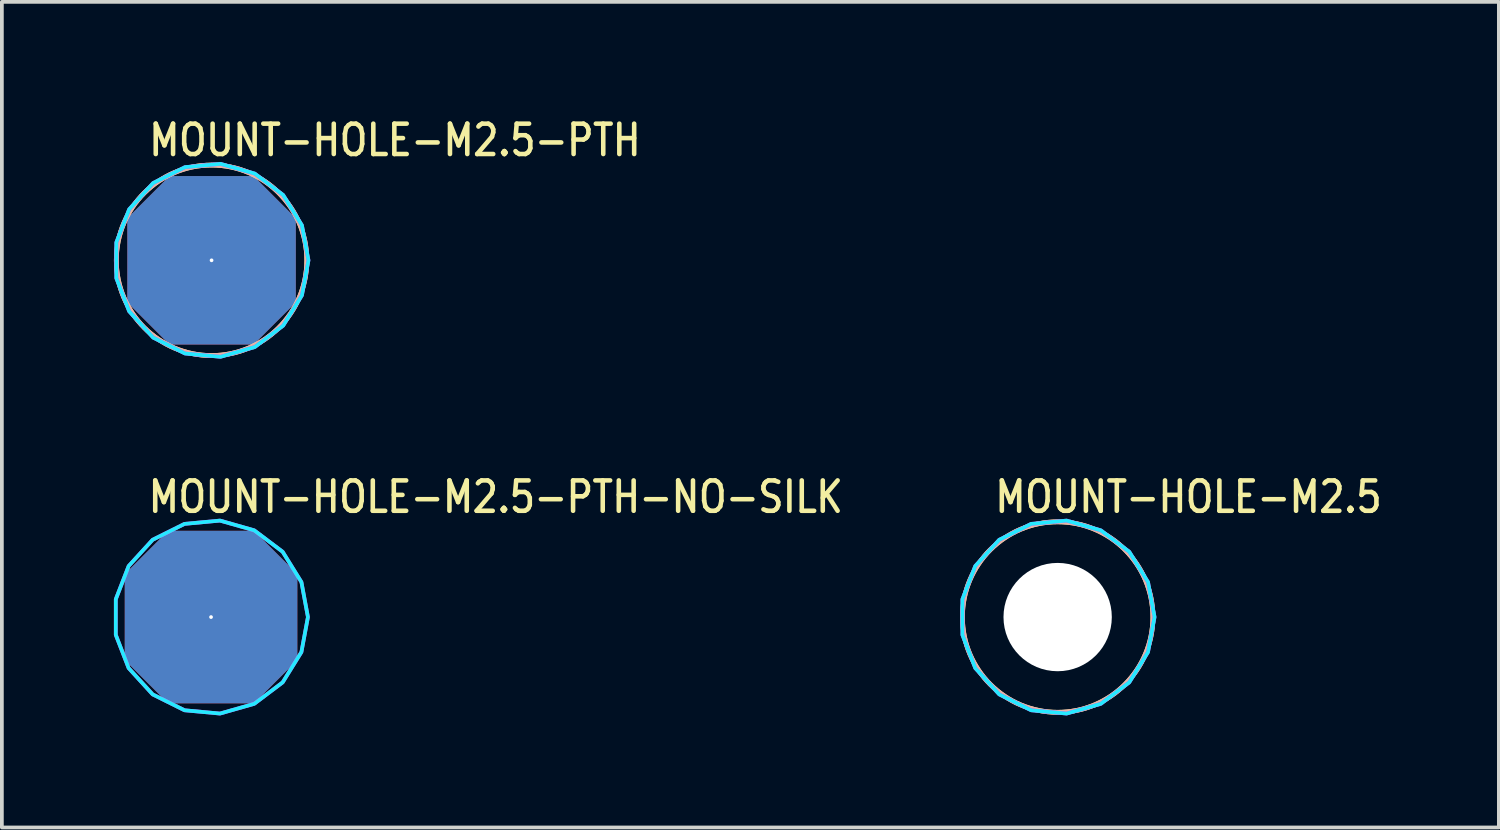
<source format=kicad_pcb>
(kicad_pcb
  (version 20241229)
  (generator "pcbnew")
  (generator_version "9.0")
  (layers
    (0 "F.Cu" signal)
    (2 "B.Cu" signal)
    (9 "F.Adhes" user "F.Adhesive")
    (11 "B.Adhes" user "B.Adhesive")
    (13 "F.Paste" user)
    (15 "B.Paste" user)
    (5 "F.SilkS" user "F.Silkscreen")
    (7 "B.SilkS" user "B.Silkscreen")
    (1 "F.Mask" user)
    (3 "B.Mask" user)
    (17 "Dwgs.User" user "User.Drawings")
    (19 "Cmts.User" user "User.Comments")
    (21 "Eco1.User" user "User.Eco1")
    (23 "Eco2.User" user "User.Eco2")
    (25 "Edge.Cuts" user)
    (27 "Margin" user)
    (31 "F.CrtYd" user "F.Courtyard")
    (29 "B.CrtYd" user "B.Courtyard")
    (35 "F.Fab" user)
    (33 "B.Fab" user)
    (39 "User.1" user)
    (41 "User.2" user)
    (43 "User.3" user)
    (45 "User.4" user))
  (footprint "MOUNT-HOLE-M2.5-PTH-NO-SILK"
    (layer "F.Cu")
    (at 2.6 13.47)
    (property "Reference" "MOUNT-HOLE-M2.5-PTH-NO-SILK" (at -1.74 -2.74 0) (unlocked yes) (layer "F.SilkS") (effects (font (size 0.813 0.695) (thickness 0.122)) (justify left bottom)))
    (fp_poly (pts (xy 2.594 0) (xy 2.419 -0.937) (xy 1.917 -1.748) (xy 1.156 -2.322) (xy 0.239 -2.583) (xy -0.71 -2.495) (xy -1.563 -2.07) (xy -2.206 -1.366) (xy -2.55 -0.477) (xy -2.55 0.477) (xy -2.206 1.366) (xy -1.563 2.07) (xy -0.71 2.495) (xy 0.239 2.583) (xy 1.156 2.322) (xy 1.917 1.748) (xy 2.419 0.937)) (stroke (width 0.1) (type solid)) (fill no) (layer "B.CrtYd"))
    (fp_poly (pts (xy 2.594 0) (xy 2.419 -0.937) (xy 1.917 -1.748) (xy 1.156 -2.322) (xy 0.239 -2.583) (xy -0.71 -2.495) (xy -1.563 -2.07) (xy -2.206 -1.366) (xy -2.55 -0.477) (xy -2.55 0.477) (xy -2.206 1.366) (xy -1.563 2.07) (xy -0.71 2.495) (xy 0.239 2.583) (xy 1.156 2.322) (xy 1.917 1.748) (xy 2.419 0.937)) (stroke (width 0.1) (type solid)) (fill no) (layer "F.CrtYd"))
    (pad "1" thru_hole custom (at 0 0) (size 0.1 0.1) (drill 2.9) (layers "*.Cu" "*.Mask") (options (anchor rect)) (primitives (gr_poly (pts (xy 2.25 1.125) (xy 1.125 2.25) (xy -1.125 2.25) (xy -2.25 1.125) (xy -2.25 -1.125) (xy -1.125 -2.25) (xy 1.125 -2.25) (xy 2.25 -1.125)) (width 0.12) (fill yes)))))
  (footprint "MOUNT-HOLE-M2.5"
    (layer "F.Cu")
    (at 25.265 13.47)
    (property "Reference" "MOUNT-HOLE-M2.5" (at -1.74 -2.74 0) (unlocked yes) (layer "F.SilkS") (effects (font (size 0.813 0.695) (thickness 0.122)) (justify left bottom)))
    (fp_circle (center 0 0) (end 2.4 0) (stroke (width 0) (type solid)) (fill yes) (layer "F.Mask"))
    (fp_circle (center 0 0) (end 2.55 0) (stroke (width 0) (type solid)) (fill yes) (layer "F.Mask"))
    (fp_circle (center 0 0) (end 2.55 0) (stroke (width 0) (type solid)) (fill yes) (layer "F.Mask"))
    (fp_circle (center 0 0) (end 2.4 0) (stroke (width 0) (type solid)) (fill yes) (layer "B.Mask"))
    (fp_circle (center 0 0) (end 2.55 0) (stroke (width 0) (type solid)) (fill yes) (layer "B.Mask"))
    (fp_circle (center 0 0) (end 2.55 0) (stroke (width 0.127) (type solid)) (fill no) (layer "F.SilkS"))
    (fp_circle (center 0 0) (end 2.55 0) (stroke (width 0.127) (type solid)) (fill no) (layer "B.SilkS"))
    (fp_poly (pts (xy 2.594 0) (xy 2.419 -0.937) (xy 1.917 -1.748) (xy 1.156 -2.322) (xy 0.239 -2.583) (xy -0.71 -2.495) (xy -1.563 -2.07) (xy -2.206 -1.366) (xy -2.55 -0.477) (xy -2.55 0.477) (xy -2.206 1.366) (xy -1.563 2.07) (xy -0.71 2.495) (xy 0.239 2.583) (xy 1.156 2.322) (xy 1.917 1.748) (xy 2.419 0.937)) (stroke (width 0.1) (type solid)) (fill no) (layer "B.CrtYd"))
    (fp_poly (pts (xy 2.594 0) (xy 2.419 -0.937) (xy 1.917 -1.748) (xy 1.156 -2.322) (xy 0.239 -2.583) (xy -0.71 -2.495) (xy -1.563 -2.07) (xy -2.206 -1.366) (xy -2.55 -0.477) (xy -2.55 0.477) (xy -2.206 1.366) (xy -1.563 2.07) (xy -0.71 2.495) (xy 0.239 2.583) (xy 1.156 2.322) (xy 1.917 1.748) (xy 2.419 0.937)) (stroke (width 0.1) (type solid)) (fill no) (layer "F.CrtYd"))
    (pad "" np_thru_hole circle (at 0 0) (size 2.9 2.9) (drill 2.9) (layers "*.Cu" "*.Mask")))
  (footprint "MOUNT-HOLE-M2.5-PTH"
    (layer "F.Cu")
    (at 2.614 3.919)
    (property "Reference" "MOUNT-HOLE-M2.5-PTH" (at -1.74 -2.74 0) (unlocked yes) (layer "F.SilkS") (effects (font (size 0.813 0.695) (thickness 0.122)) (justify left bottom)))
    (fp_circle (center 0 0) (end 2.55 0) (stroke (width 0.127) (type solid)) (fill no) (layer "F.SilkS"))
    (fp_circle (center 0 0) (end 2.55 0) (stroke (width 0.127) (type solid)) (fill no) (layer "B.SilkS"))
    (fp_poly (pts (xy 2.594 0) (xy 2.419 -0.937) (xy 1.917 -1.748) (xy 1.156 -2.322) (xy 0.239 -2.583) (xy -0.71 -2.495) (xy -1.563 -2.07) (xy -2.206 -1.366) (xy -2.55 -0.477) (xy -2.55 0.477) (xy -2.206 1.366) (xy -1.563 2.07) (xy -0.71 2.495) (xy 0.239 2.583) (xy 1.156 2.322) (xy 1.917 1.748) (xy 2.419 0.937)) (stroke (width 0.1) (type solid)) (fill no) (layer "B.CrtYd"))
    (fp_poly (pts (xy 2.594 0) (xy 2.419 -0.937) (xy 1.917 -1.748) (xy 1.156 -2.322) (xy 0.239 -2.583) (xy -0.71 -2.495) (xy -1.563 -2.07) (xy -2.206 -1.366) (xy -2.55 -0.477) (xy -2.55 0.477) (xy -2.206 1.366) (xy -1.563 2.07) (xy -0.71 2.495) (xy 0.239 2.583) (xy 1.156 2.322) (xy 1.917 1.748) (xy 2.419 0.937)) (stroke (width 0.1) (type solid)) (fill no) (layer "F.CrtYd"))
    (pad "P$1" thru_hole custom (at 0 0) (size 0.1 0.1) (drill 2.9) (layers "*.Cu" "*.Mask") (options (anchor rect)) (primitives (gr_poly (pts (xy 2.25 1.125) (xy 1.125 2.25) (xy -1.125 2.25) (xy -2.25 1.125) (xy -2.25 -1.125) (xy -1.125 -2.25) (xy 1.125 -2.25) (xy 2.25 -1.125)) (width 0.01) (fill yes)))))
  (gr_rect
    (start -3 -3)
    (end 37.077 19.103)
    (stroke (width 0.1) (type default))
    (fill no)
    (layer "Edge.Cuts")))
</source>
